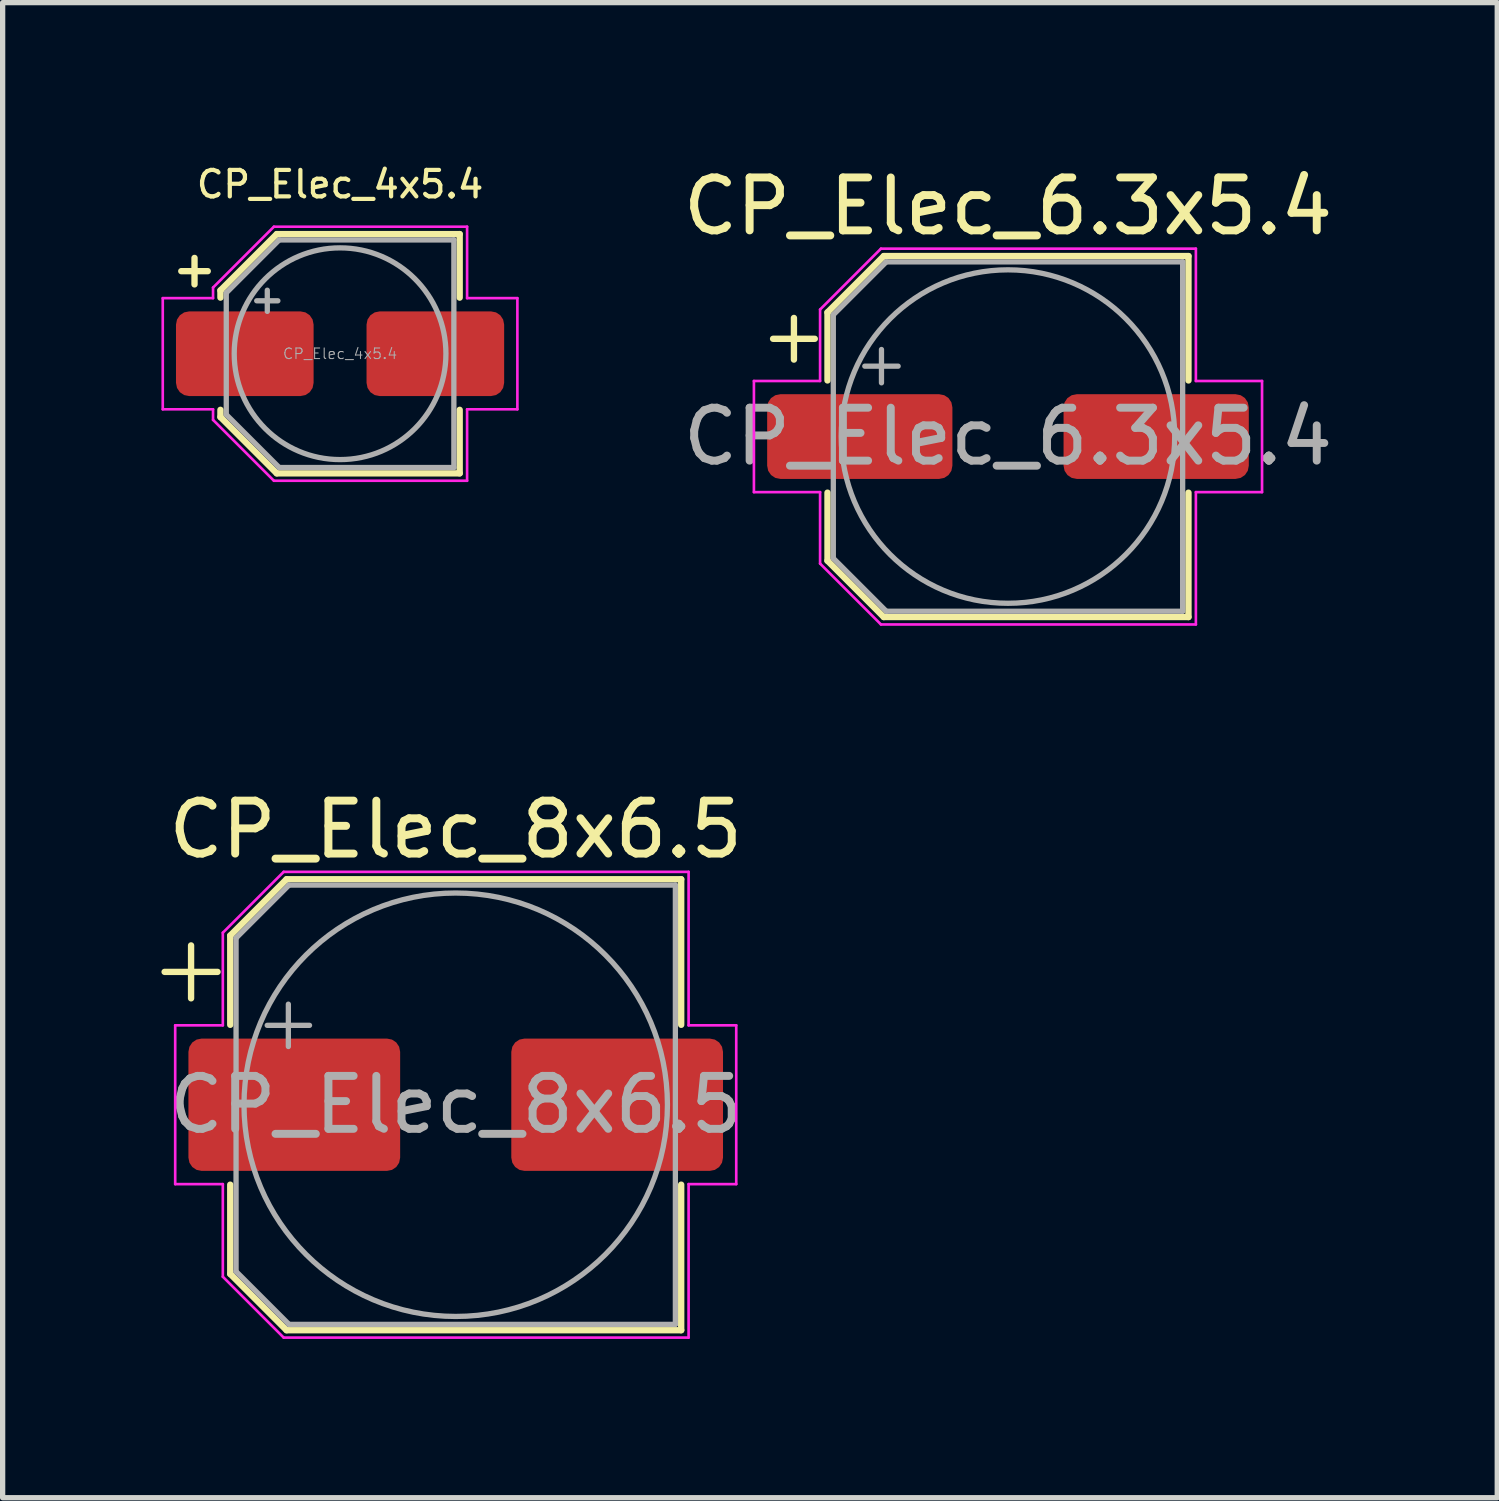
<source format=kicad_pcb>
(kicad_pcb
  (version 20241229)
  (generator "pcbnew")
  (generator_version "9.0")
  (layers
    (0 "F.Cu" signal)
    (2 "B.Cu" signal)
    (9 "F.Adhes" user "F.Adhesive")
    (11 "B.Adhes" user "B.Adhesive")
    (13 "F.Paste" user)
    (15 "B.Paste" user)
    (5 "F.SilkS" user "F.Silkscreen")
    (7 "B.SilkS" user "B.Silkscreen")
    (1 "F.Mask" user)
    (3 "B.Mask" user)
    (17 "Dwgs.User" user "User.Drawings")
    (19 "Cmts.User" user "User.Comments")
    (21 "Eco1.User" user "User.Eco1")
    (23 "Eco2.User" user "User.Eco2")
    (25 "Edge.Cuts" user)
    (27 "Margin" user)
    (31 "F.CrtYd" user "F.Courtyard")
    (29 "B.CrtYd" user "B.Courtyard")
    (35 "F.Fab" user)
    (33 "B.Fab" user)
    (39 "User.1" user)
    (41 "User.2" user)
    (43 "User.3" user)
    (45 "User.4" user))
  (footprint "CP_Elec_4x5.4"
    (layer "F.Cu")
    (at 3.375 3.633)
    (property "Reference" "CP_Elec_4x5.4" (at 0 -3.2 0) (layer "F.SilkS") (effects (font (size 0.5 0.5) (thickness 0.08))))
    (attr smd)
    (fp_line (start -3 -1.56) (end -2.5 -1.56) (stroke (width 0.12) (type solid)) (layer "F.SilkS"))
    (fp_line (start -2.75 -1.81) (end -2.75 -1.31) (stroke (width 0.12) (type solid)) (layer "F.SilkS"))
    (fp_line (start -2.26 -1.196) (end -2.26 -1.06) (stroke (width 0.12) (type solid)) (layer "F.SilkS"))
    (fp_line (start -2.26 -1.196) (end -1.196 -2.26) (stroke (width 0.12) (type solid)) (layer "F.SilkS"))
    (fp_line (start -2.26 1.196) (end -2.26 1.06) (stroke (width 0.12) (type solid)) (layer "F.SilkS"))
    (fp_line (start -2.26 1.196) (end -1.196 2.26) (stroke (width 0.12) (type solid)) (layer "F.SilkS"))
    (fp_line (start -1.196 -2.26) (end 2.26 -2.26) (stroke (width 0.12) (type solid)) (layer "F.SilkS"))
    (fp_line (start -1.196 2.26) (end 2.26 2.26) (stroke (width 0.12) (type solid)) (layer "F.SilkS"))
    (fp_line (start 2.26 -2.26) (end 2.26 -1.06) (stroke (width 0.12) (type solid)) (layer "F.SilkS"))
    (fp_line (start 2.26 2.26) (end 2.26 1.06) (stroke (width 0.12) (type solid)) (layer "F.SilkS"))
    (fp_line (start -3.35 -1.05) (end -3.35 1.05) (stroke (width 0.05) (type solid)) (layer "F.CrtYd"))
    (fp_line (start -3.35 1.05) (end -2.4 1.05) (stroke (width 0.05) (type solid)) (layer "F.CrtYd"))
    (fp_line (start -2.4 -1.25) (end -2.4 -1.05) (stroke (width 0.05) (type solid)) (layer "F.CrtYd"))
    (fp_line (start -2.4 -1.25) (end -1.25 -2.4) (stroke (width 0.05) (type solid)) (layer "F.CrtYd"))
    (fp_line (start -2.4 -1.05) (end -3.35 -1.05) (stroke (width 0.05) (type solid)) (layer "F.CrtYd"))
    (fp_line (start -2.4 1.05) (end -2.4 1.25) (stroke (width 0.05) (type solid)) (layer "F.CrtYd"))
    (fp_line (start -2.4 1.25) (end -1.25 2.4) (stroke (width 0.05) (type solid)) (layer "F.CrtYd"))
    (fp_line (start -1.25 -2.4) (end 2.4 -2.4) (stroke (width 0.05) (type solid)) (layer "F.CrtYd"))
    (fp_line (start -1.25 2.4) (end 2.4 2.4) (stroke (width 0.05) (type solid)) (layer "F.CrtYd"))
    (fp_line (start 2.4 -2.4) (end 2.4 -1.05) (stroke (width 0.05) (type solid)) (layer "F.CrtYd"))
    (fp_line (start 2.4 -1.05) (end 3.35 -1.05) (stroke (width 0.05) (type solid)) (layer "F.CrtYd"))
    (fp_line (start 2.4 1.05) (end 2.4 2.4) (stroke (width 0.05) (type solid)) (layer "F.CrtYd"))
    (fp_line (start 3.35 -1.05) (end 3.35 1.05) (stroke (width 0.05) (type solid)) (layer "F.CrtYd"))
    (fp_line (start 3.35 1.05) (end 2.4 1.05) (stroke (width 0.05) (type solid)) (layer "F.CrtYd"))
    (fp_line (start -2.15 -1.15) (end -2.15 1.15) (stroke (width 0.1) (type solid)) (layer "F.Fab"))
    (fp_line (start -2.15 -1.15) (end -1.15 -2.15) (stroke (width 0.1) (type solid)) (layer "F.Fab"))
    (fp_line (start -2.15 1.15) (end -1.15 2.15) (stroke (width 0.1) (type solid)) (layer "F.Fab"))
    (fp_line (start -1.575 -1) (end -1.175 -1) (stroke (width 0.1) (type solid)) (layer "F.Fab"))
    (fp_line (start -1.375 -1.2) (end -1.375 -0.8) (stroke (width 0.1) (type solid)) (layer "F.Fab"))
    (fp_line (start -1.15 -2.15) (end 2.15 -2.15) (stroke (width 0.1) (type solid)) (layer "F.Fab"))
    (fp_line (start -1.15 2.15) (end 2.15 2.15) (stroke (width 0.1) (type solid)) (layer "F.Fab"))
    (fp_line (start 2.15 -2.15) (end 2.15 2.15) (stroke (width 0.1) (type solid)) (layer "F.Fab"))
    (fp_circle (center 0 0) (end 2 0) (stroke (width 0.1) (type solid)) (fill no) (layer "F.Fab"))
    (fp_text user "${REFERENCE}" (at 0 0 0) (layer "F.Fab") (effects (font (size 0.2 0.2) (thickness 0.02))))
    (pad "1" smd roundrect (at -1.8 0) (size 2.6 1.6) (layers "F.Cu" "F.Mask" "F.Paste") (roundrect_rratio 0.156))
    (pad "2" smd roundrect (at 1.8 0) (size 2.6 1.6) (layers "F.Cu" "F.Mask" "F.Paste") (roundrect_rratio 0.156)))
  (footprint "CP_Elec_6.3x5.4"
    (layer "F.Cu")
    (at 15.994 5.198)
    (property "Reference" "CP_Elec_6.3x5.4" (at 0 -4.35 0) (layer "F.SilkS") (effects (font (size 1 1) (thickness 0.15))))
    (attr smd)
    (fp_line (start -4.438 -1.847) (end -3.65 -1.847) (stroke (width 0.12) (type solid)) (layer "F.SilkS"))
    (fp_line (start -4.044 -2.241) (end -4.044 -1.454) (stroke (width 0.12) (type solid)) (layer "F.SilkS"))
    (fp_line (start -3.41 -2.346) (end -3.41 -1.06) (stroke (width 0.12) (type solid)) (layer "F.SilkS"))
    (fp_line (start -3.41 -2.346) (end -2.346 -3.41) (stroke (width 0.12) (type solid)) (layer "F.SilkS"))
    (fp_line (start -3.41 2.346) (end -3.41 1.06) (stroke (width 0.12) (type solid)) (layer "F.SilkS"))
    (fp_line (start -3.41 2.346) (end -2.346 3.41) (stroke (width 0.12) (type solid)) (layer "F.SilkS"))
    (fp_line (start -2.346 -3.41) (end 3.41 -3.41) (stroke (width 0.12) (type solid)) (layer "F.SilkS"))
    (fp_line (start -2.346 3.41) (end 3.41 3.41) (stroke (width 0.12) (type solid)) (layer "F.SilkS"))
    (fp_line (start 3.41 -3.41) (end 3.41 -1.06) (stroke (width 0.12) (type solid)) (layer "F.SilkS"))
    (fp_line (start 3.41 3.41) (end 3.41 1.06) (stroke (width 0.12) (type solid)) (layer "F.SilkS"))
    (fp_line (start -4.8 -1.05) (end -4.8 1.05) (stroke (width 0.05) (type solid)) (layer "F.CrtYd"))
    (fp_line (start -4.8 1.05) (end -3.55 1.05) (stroke (width 0.05) (type solid)) (layer "F.CrtYd"))
    (fp_line (start -3.55 -2.4) (end -3.55 -1.05) (stroke (width 0.05) (type solid)) (layer "F.CrtYd"))
    (fp_line (start -3.55 -2.4) (end -2.4 -3.55) (stroke (width 0.05) (type solid)) (layer "F.CrtYd"))
    (fp_line (start -3.55 -1.05) (end -4.8 -1.05) (stroke (width 0.05) (type solid)) (layer "F.CrtYd"))
    (fp_line (start -3.55 1.05) (end -3.55 2.4) (stroke (width 0.05) (type solid)) (layer "F.CrtYd"))
    (fp_line (start -3.55 2.4) (end -2.4 3.55) (stroke (width 0.05) (type solid)) (layer "F.CrtYd"))
    (fp_line (start -2.4 -3.55) (end 3.55 -3.55) (stroke (width 0.05) (type solid)) (layer "F.CrtYd"))
    (fp_line (start -2.4 3.55) (end 3.55 3.55) (stroke (width 0.05) (type solid)) (layer "F.CrtYd"))
    (fp_line (start 3.55 -3.55) (end 3.55 -1.05) (stroke (width 0.05) (type solid)) (layer "F.CrtYd"))
    (fp_line (start 3.55 -1.05) (end 4.8 -1.05) (stroke (width 0.05) (type solid)) (layer "F.CrtYd"))
    (fp_line (start 3.55 1.05) (end 3.55 3.55) (stroke (width 0.05) (type solid)) (layer "F.CrtYd"))
    (fp_line (start 4.8 -1.05) (end 4.8 1.05) (stroke (width 0.05) (type solid)) (layer "F.CrtYd"))
    (fp_line (start 4.8 1.05) (end 3.55 1.05) (stroke (width 0.05) (type solid)) (layer "F.CrtYd"))
    (fp_line (start -3.3 -2.3) (end -3.3 2.3) (stroke (width 0.1) (type solid)) (layer "F.Fab"))
    (fp_line (start -3.3 -2.3) (end -2.3 -3.3) (stroke (width 0.1) (type solid)) (layer "F.Fab"))
    (fp_line (start -3.3 2.3) (end -2.3 3.3) (stroke (width 0.1) (type solid)) (layer "F.Fab"))
    (fp_line (start -2.705 -1.33) (end -2.075 -1.33) (stroke (width 0.1) (type solid)) (layer "F.Fab"))
    (fp_line (start -2.39 -1.645) (end -2.39 -1.015) (stroke (width 0.1) (type solid)) (layer "F.Fab"))
    (fp_line (start -2.3 -3.3) (end 3.3 -3.3) (stroke (width 0.1) (type solid)) (layer "F.Fab"))
    (fp_line (start -2.3 3.3) (end 3.3 3.3) (stroke (width 0.1) (type solid)) (layer "F.Fab"))
    (fp_line (start 3.3 -3.3) (end 3.3 3.3) (stroke (width 0.1) (type solid)) (layer "F.Fab"))
    (fp_circle (center 0 0) (end 3.15 0) (stroke (width 0.1) (type solid)) (fill no) (layer "F.Fab"))
    (fp_text user "${REFERENCE}" (at 0 0 0) (layer "F.Fab") (effects (font (size 1 1) (thickness 0.15))))
    (pad "1" smd roundrect (at -2.8 0) (size 3.5 1.6) (layers "F.Cu" "F.Mask" "F.Paste") (roundrect_rratio 0.156))
    (pad "2" smd roundrect (at 2.8 0) (size 3.5 1.6) (layers "F.Cu" "F.Mask" "F.Paste") (roundrect_rratio 0.156)))
  (footprint "CP_Elec_8x6.5"
    (layer "F.Cu")
    (at 5.56 17.822)
    (property "Reference" "CP_Elec_8x6.5" (at 0 -5.2 0) (layer "F.SilkS") (effects (font (size 1 1) (thickness 0.15))))
    (attr smd)
    (fp_line (start -5.5 -2.51) (end -4.5 -2.51) (stroke (width 0.12) (type solid)) (layer "F.SilkS"))
    (fp_line (start -5 -3.01) (end -5 -2.01) (stroke (width 0.12) (type solid)) (layer "F.SilkS"))
    (fp_line (start -4.26 -3.196) (end -4.26 -1.51) (stroke (width 0.12) (type solid)) (layer "F.SilkS"))
    (fp_line (start -4.26 -3.196) (end -3.196 -4.26) (stroke (width 0.12) (type solid)) (layer "F.SilkS"))
    (fp_line (start -4.26 3.196) (end -4.26 1.51) (stroke (width 0.12) (type solid)) (layer "F.SilkS"))
    (fp_line (start -4.26 3.196) (end -3.196 4.26) (stroke (width 0.12) (type solid)) (layer "F.SilkS"))
    (fp_line (start -3.196 -4.26) (end 4.26 -4.26) (stroke (width 0.12) (type solid)) (layer "F.SilkS"))
    (fp_line (start -3.196 4.26) (end 4.26 4.26) (stroke (width 0.12) (type solid)) (layer "F.SilkS"))
    (fp_line (start 4.26 -4.26) (end 4.26 -1.51) (stroke (width 0.12) (type solid)) (layer "F.SilkS"))
    (fp_line (start 4.26 4.26) (end 4.26 1.51) (stroke (width 0.12) (type solid)) (layer "F.SilkS"))
    (fp_line (start -5.3 -1.5) (end -5.3 1.5) (stroke (width 0.05) (type solid)) (layer "F.CrtYd"))
    (fp_line (start -5.3 1.5) (end -4.4 1.5) (stroke (width 0.05) (type solid)) (layer "F.CrtYd"))
    (fp_line (start -4.4 -3.25) (end -4.4 -1.5) (stroke (width 0.05) (type solid)) (layer "F.CrtYd"))
    (fp_line (start -4.4 -3.25) (end -3.25 -4.4) (stroke (width 0.05) (type solid)) (layer "F.CrtYd"))
    (fp_line (start -4.4 -1.5) (end -5.3 -1.5) (stroke (width 0.05) (type solid)) (layer "F.CrtYd"))
    (fp_line (start -4.4 1.5) (end -4.4 3.25) (stroke (width 0.05) (type solid)) (layer "F.CrtYd"))
    (fp_line (start -4.4 3.25) (end -3.25 4.4) (stroke (width 0.05) (type solid)) (layer "F.CrtYd"))
    (fp_line (start -3.25 -4.4) (end 4.4 -4.4) (stroke (width 0.05) (type solid)) (layer "F.CrtYd"))
    (fp_line (start -3.25 4.4) (end 4.4 4.4) (stroke (width 0.05) (type solid)) (layer "F.CrtYd"))
    (fp_line (start 4.4 -4.4) (end 4.4 -1.5) (stroke (width 0.05) (type solid)) (layer "F.CrtYd"))
    (fp_line (start 4.4 -1.5) (end 5.3 -1.5) (stroke (width 0.05) (type solid)) (layer "F.CrtYd"))
    (fp_line (start 4.4 1.5) (end 4.4 4.4) (stroke (width 0.05) (type solid)) (layer "F.CrtYd"))
    (fp_line (start 5.3 -1.5) (end 5.3 1.5) (stroke (width 0.05) (type solid)) (layer "F.CrtYd"))
    (fp_line (start 5.3 1.5) (end 4.4 1.5) (stroke (width 0.05) (type solid)) (layer "F.CrtYd"))
    (fp_line (start -4.15 -3.15) (end -4.15 3.15) (stroke (width 0.1) (type solid)) (layer "F.Fab"))
    (fp_line (start -4.15 -3.15) (end -3.15 -4.15) (stroke (width 0.1) (type solid)) (layer "F.Fab"))
    (fp_line (start -4.15 3.15) (end -3.15 4.15) (stroke (width 0.1) (type solid)) (layer "F.Fab"))
    (fp_line (start -3.562 -1.5) (end -2.762 -1.5) (stroke (width 0.1) (type solid)) (layer "F.Fab"))
    (fp_line (start -3.162 -1.9) (end -3.162 -1.1) (stroke (width 0.1) (type solid)) (layer "F.Fab"))
    (fp_line (start -3.15 -4.15) (end 4.15 -4.15) (stroke (width 0.1) (type solid)) (layer "F.Fab"))
    (fp_line (start -3.15 4.15) (end 4.15 4.15) (stroke (width 0.1) (type solid)) (layer "F.Fab"))
    (fp_line (start 4.15 -4.15) (end 4.15 4.15) (stroke (width 0.1) (type solid)) (layer "F.Fab"))
    (fp_circle (center 0 0) (end 4 0) (stroke (width 0.1) (type solid)) (fill no) (layer "F.Fab"))
    (fp_text user "${REFERENCE}" (at 0 0 0) (layer "F.Fab") (effects (font (size 1 1) (thickness 0.15))))
    (pad "1" smd roundrect (at -3.05 0) (size 4 2.5) (layers "F.Cu" "F.Mask" "F.Paste") (roundrect_rratio 0.1))
    (pad "2" smd roundrect (at 3.05 0) (size 4 2.5) (layers "F.Cu" "F.Mask" "F.Paste") (roundrect_rratio 0.1)))
  (gr_rect
    (start -3 -3)
    (end 25.238 25.247)
    (stroke (width 0.1) (type default))
    (fill no)
    (layer "Edge.Cuts")))
</source>
